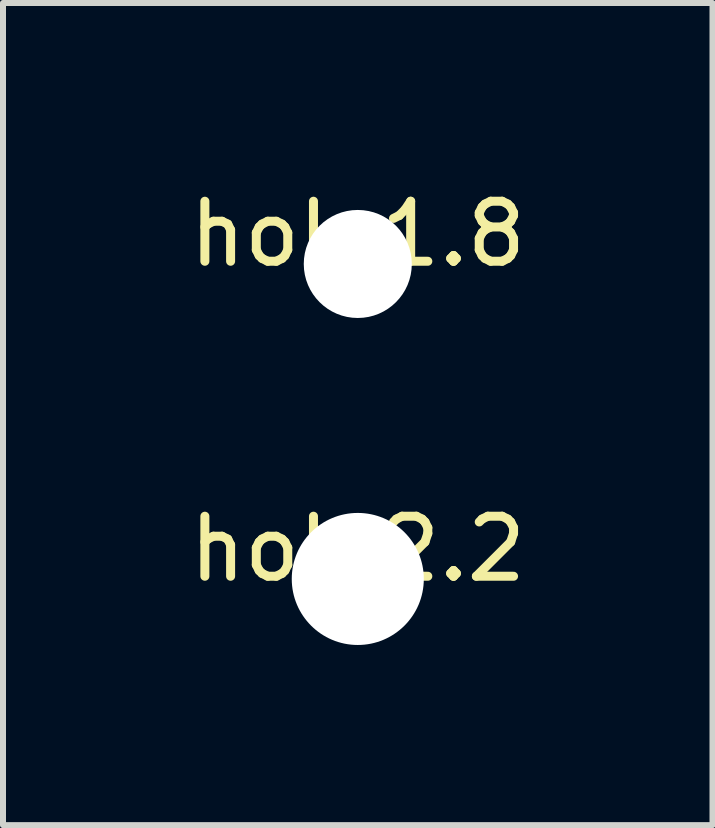
<source format=kicad_pcb>
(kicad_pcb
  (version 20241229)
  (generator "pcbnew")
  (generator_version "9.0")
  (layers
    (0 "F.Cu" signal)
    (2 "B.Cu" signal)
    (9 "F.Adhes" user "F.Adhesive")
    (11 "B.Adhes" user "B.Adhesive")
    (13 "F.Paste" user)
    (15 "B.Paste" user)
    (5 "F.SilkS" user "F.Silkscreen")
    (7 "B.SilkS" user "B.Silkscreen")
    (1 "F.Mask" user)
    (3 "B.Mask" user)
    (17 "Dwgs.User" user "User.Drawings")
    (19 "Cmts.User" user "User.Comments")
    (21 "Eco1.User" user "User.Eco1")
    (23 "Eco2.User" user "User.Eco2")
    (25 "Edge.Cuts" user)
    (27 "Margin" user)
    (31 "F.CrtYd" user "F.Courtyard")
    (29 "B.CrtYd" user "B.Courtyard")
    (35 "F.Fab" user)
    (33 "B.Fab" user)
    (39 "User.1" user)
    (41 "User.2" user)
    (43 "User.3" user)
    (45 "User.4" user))
  (footprint "hole1.8"
    (layer "F.Cu")
    (at 2.911 1.348)
    (property "Reference" "hole1.8" (at 0 -0.5 0) (unlocked yes) (layer "F.SilkS") (effects (font (size 1 1) (thickness 0.15))))
    (pad "" np_thru_hole circle (at 0 0) (size 1.8 1.8) (drill 1.8) (layers "*.Cu" "*.Mask")))
  (footprint "hole2.2"
    (layer "F.Cu")
    (at 2.911 6.596)
    (property "Reference" "hole2.2" (at 0 -0.5 0) (unlocked yes) (layer "F.SilkS") (effects (font (size 1 1) (thickness 0.15))))
    (pad "" np_thru_hole circle (at 0 0) (size 2.2 2.2) (drill 2.2) (layers "*.Cu" "*.Mask")))
  (gr_rect
    (start -3 -3)
    (end 8.821 10.697)
    (stroke (width 0.1) (type default))
    (fill no)
    (layer "Edge.Cuts")))
</source>
